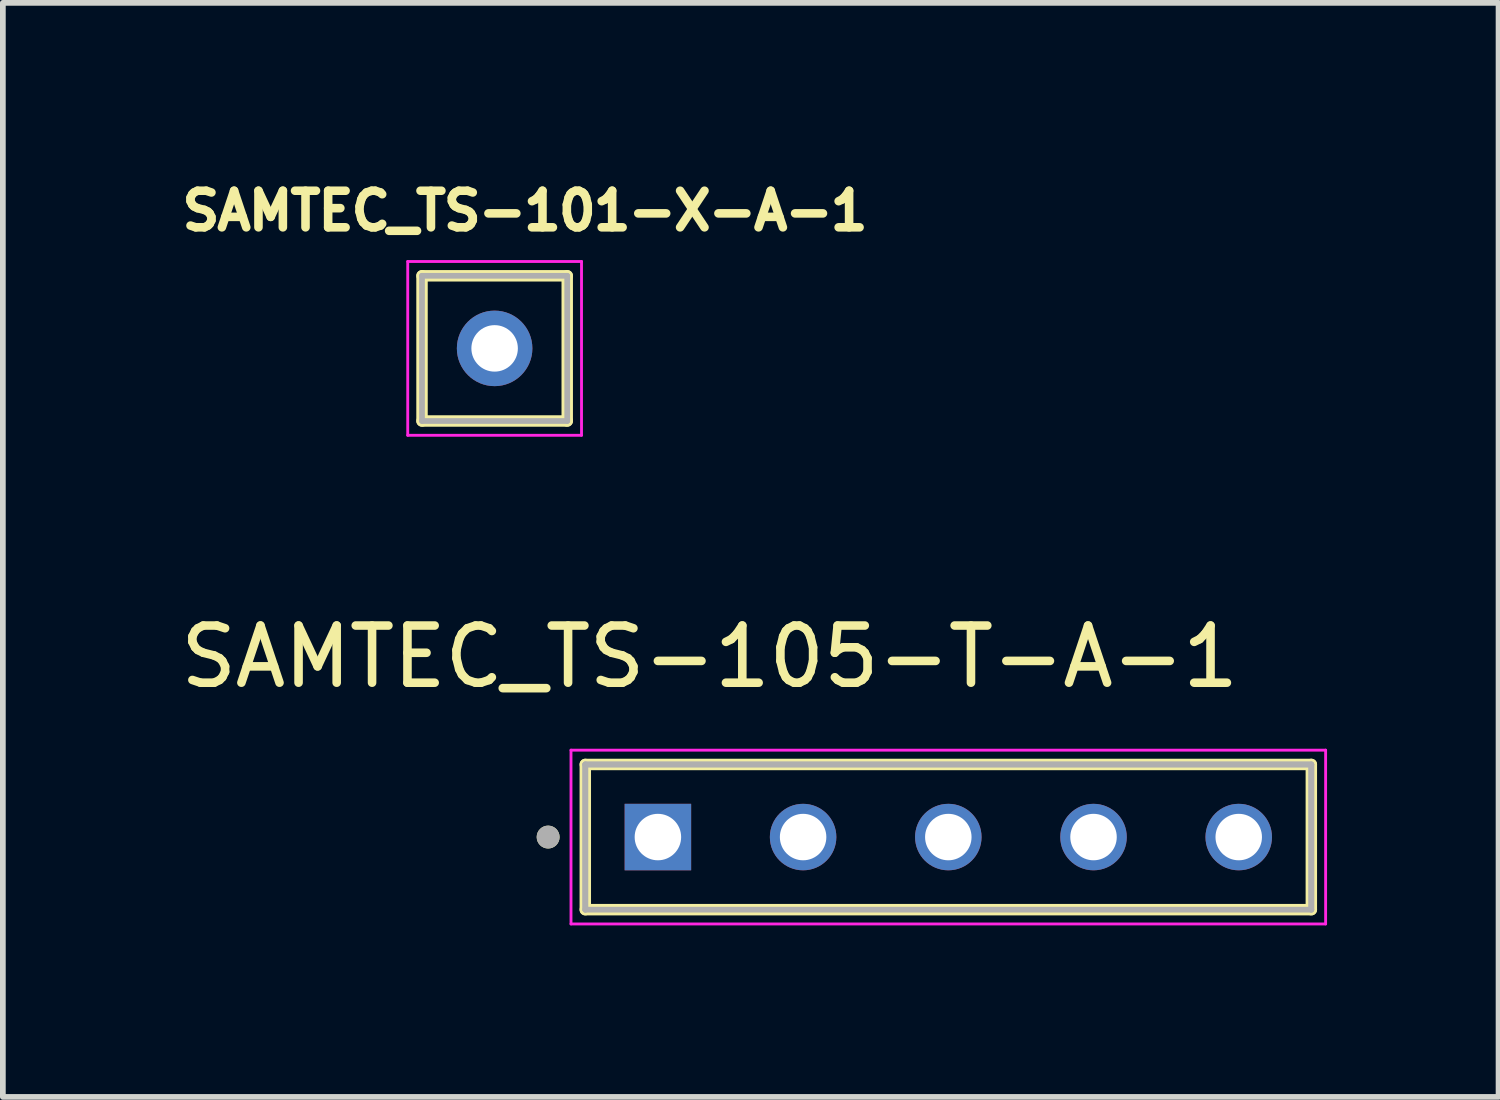
<source format=kicad_pcb>
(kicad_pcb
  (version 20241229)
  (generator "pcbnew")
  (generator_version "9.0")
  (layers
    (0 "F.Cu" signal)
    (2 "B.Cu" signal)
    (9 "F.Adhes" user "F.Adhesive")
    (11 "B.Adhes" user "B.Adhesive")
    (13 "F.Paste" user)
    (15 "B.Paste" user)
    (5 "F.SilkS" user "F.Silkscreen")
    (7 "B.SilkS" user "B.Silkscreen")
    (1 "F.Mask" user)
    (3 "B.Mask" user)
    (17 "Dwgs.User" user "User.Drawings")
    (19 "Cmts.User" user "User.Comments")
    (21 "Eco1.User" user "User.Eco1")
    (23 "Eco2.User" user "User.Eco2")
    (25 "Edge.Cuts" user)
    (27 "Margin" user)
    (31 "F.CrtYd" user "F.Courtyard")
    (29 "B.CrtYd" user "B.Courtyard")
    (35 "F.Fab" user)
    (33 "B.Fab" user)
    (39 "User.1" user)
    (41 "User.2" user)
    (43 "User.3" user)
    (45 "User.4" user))
  (footprint "SAMTEC_TS-101-X-A-1"
    (layer "F.Cu")
    (at 5.602 3.044)
    (property "Reference" "SAMTEC_TS-101-X-A-1" (at 0.532 -2.406 0) (layer "F.SilkS") (effects (font (size 0.64 0.64) (thickness 0.15))))
    (attr through_hole)
    (fp_line (start -1.27 -1.27) (end 1.27 -1.27) (stroke (width 0.2) (type solid)) (layer "F.SilkS"))
    (fp_line (start -1.27 1.27) (end -1.27 -1.27) (stroke (width 0.2) (type solid)) (layer "F.SilkS"))
    (fp_line (start 1.27 -1.27) (end 1.27 1.27) (stroke (width 0.2) (type solid)) (layer "F.SilkS"))
    (fp_line (start 1.27 1.27) (end -1.27 1.27) (stroke (width 0.2) (type solid)) (layer "F.SilkS"))
    (fp_line (start -1.52 -1.52) (end 1.52 -1.52) (stroke (width 0.05) (type solid)) (layer "F.CrtYd"))
    (fp_line (start -1.52 1.52) (end -1.52 -1.52) (stroke (width 0.05) (type solid)) (layer "F.CrtYd"))
    (fp_line (start 1.52 -1.52) (end 1.52 1.52) (stroke (width 0.05) (type solid)) (layer "F.CrtYd"))
    (fp_line (start 1.52 1.52) (end -1.52 1.52) (stroke (width 0.05) (type solid)) (layer "F.CrtYd"))
    (fp_line (start -1.27 -1.27) (end 1.27 -1.27) (stroke (width 0.1) (type solid)) (layer "F.Fab"))
    (fp_line (start -1.27 1.27) (end -1.27 -1.27) (stroke (width 0.1) (type solid)) (layer "F.Fab"))
    (fp_line (start 1.27 -1.27) (end 1.27 1.27) (stroke (width 0.1) (type solid)) (layer "F.Fab"))
    (fp_line (start 1.27 1.27) (end -1.27 1.27) (stroke (width 0.1) (type solid)) (layer "F.Fab"))
    (pad "01" thru_hole circle (at 0 0) (size 1.321 1.321) (drill 0.813) (layers "*.Cu" "*.Mask")))
  (footprint "SAMTEC_TS-105-T-A-1"
    (layer "F.Cu")
    (at 13.538 11.592)
    (property "Reference" "SAMTEC_TS-105-T-A-1" (at -4.175 -3.155 0) (layer "F.SilkS") (effects (font (size 1 1) (thickness 0.15))))
    (attr through_hole)
    (fp_line (start -6.35 1.27) (end -6.35 -1.27) (stroke (width 0.2) (type solid)) (layer "F.SilkS"))
    (fp_line (start 6.35 -1.27) (end -6.35 -1.27) (stroke (width 0.2) (type solid)) (layer "F.SilkS"))
    (fp_line (start 6.35 -1.27) (end 6.35 1.27) (stroke (width 0.2) (type solid)) (layer "F.SilkS"))
    (fp_line (start 6.35 1.27) (end -6.35 1.27) (stroke (width 0.2) (type solid)) (layer "F.SilkS"))
    (fp_circle (center -7 0) (end -6.9 0) (stroke (width 0.2) (type solid)) (fill no) (layer "F.SilkS"))
    (fp_line (start -6.6 -1.52) (end 6.6 -1.52) (stroke (width 0.05) (type solid)) (layer "F.CrtYd"))
    (fp_line (start -6.6 1.52) (end -6.6 -1.52) (stroke (width 0.05) (type solid)) (layer "F.CrtYd"))
    (fp_line (start 6.6 -1.52) (end 6.6 1.52) (stroke (width 0.05) (type solid)) (layer "F.CrtYd"))
    (fp_line (start 6.6 1.52) (end -6.6 1.52) (stroke (width 0.05) (type solid)) (layer "F.CrtYd"))
    (fp_line (start -6.35 -1.27) (end 6.35 -1.27) (stroke (width 0.1) (type solid)) (layer "F.Fab"))
    (fp_line (start -6.35 -1.27) (end 6.35 -1.27) (stroke (width 0.1) (type solid)) (layer "F.Fab"))
    (fp_line (start -6.35 1.27) (end -6.35 -1.27) (stroke (width 0.1) (type solid)) (layer "F.Fab"))
    (fp_line (start -6.35 1.27) (end -6.35 -1.27) (stroke (width 0.1) (type solid)) (layer "F.Fab"))
    (fp_line (start 6.35 -1.27) (end 6.35 1.27) (stroke (width 0.1) (type solid)) (layer "F.Fab"))
    (fp_line (start 6.35 -1.27) (end 6.35 1.27) (stroke (width 0.1) (type solid)) (layer "F.Fab"))
    (fp_line (start 6.35 1.27) (end -6.35 1.27) (stroke (width 0.1) (type solid)) (layer "F.Fab"))
    (fp_circle (center -7 0) (end -6.9 0) (stroke (width 0.2) (type solid)) (fill no) (layer "F.Fab"))
    (pad "01" thru_hole rect (at -5.08 0) (size 1.163 1.163) (drill 0.813) (layers "*.Cu" "*.Mask"))
    (pad "02" thru_hole circle (at -2.54 0) (size 1.163 1.163) (drill 0.813) (layers "*.Cu" "*.Mask"))
    (pad "03" thru_hole circle (at 0 0) (size 1.163 1.163) (drill 0.813) (layers "*.Cu" "*.Mask"))
    (pad "04" thru_hole circle (at 2.54 0) (size 1.163 1.163) (drill 0.813) (layers "*.Cu" "*.Mask"))
    (pad "05" thru_hole circle (at 5.08 0) (size 1.163 1.163) (drill 0.813) (layers "*.Cu" "*.Mask")))
  (gr_rect
    (start -3 -3)
    (end 23.163 16.137)
    (stroke (width 0.1) (type default))
    (fill no)
    (layer "Edge.Cuts")))
</source>
